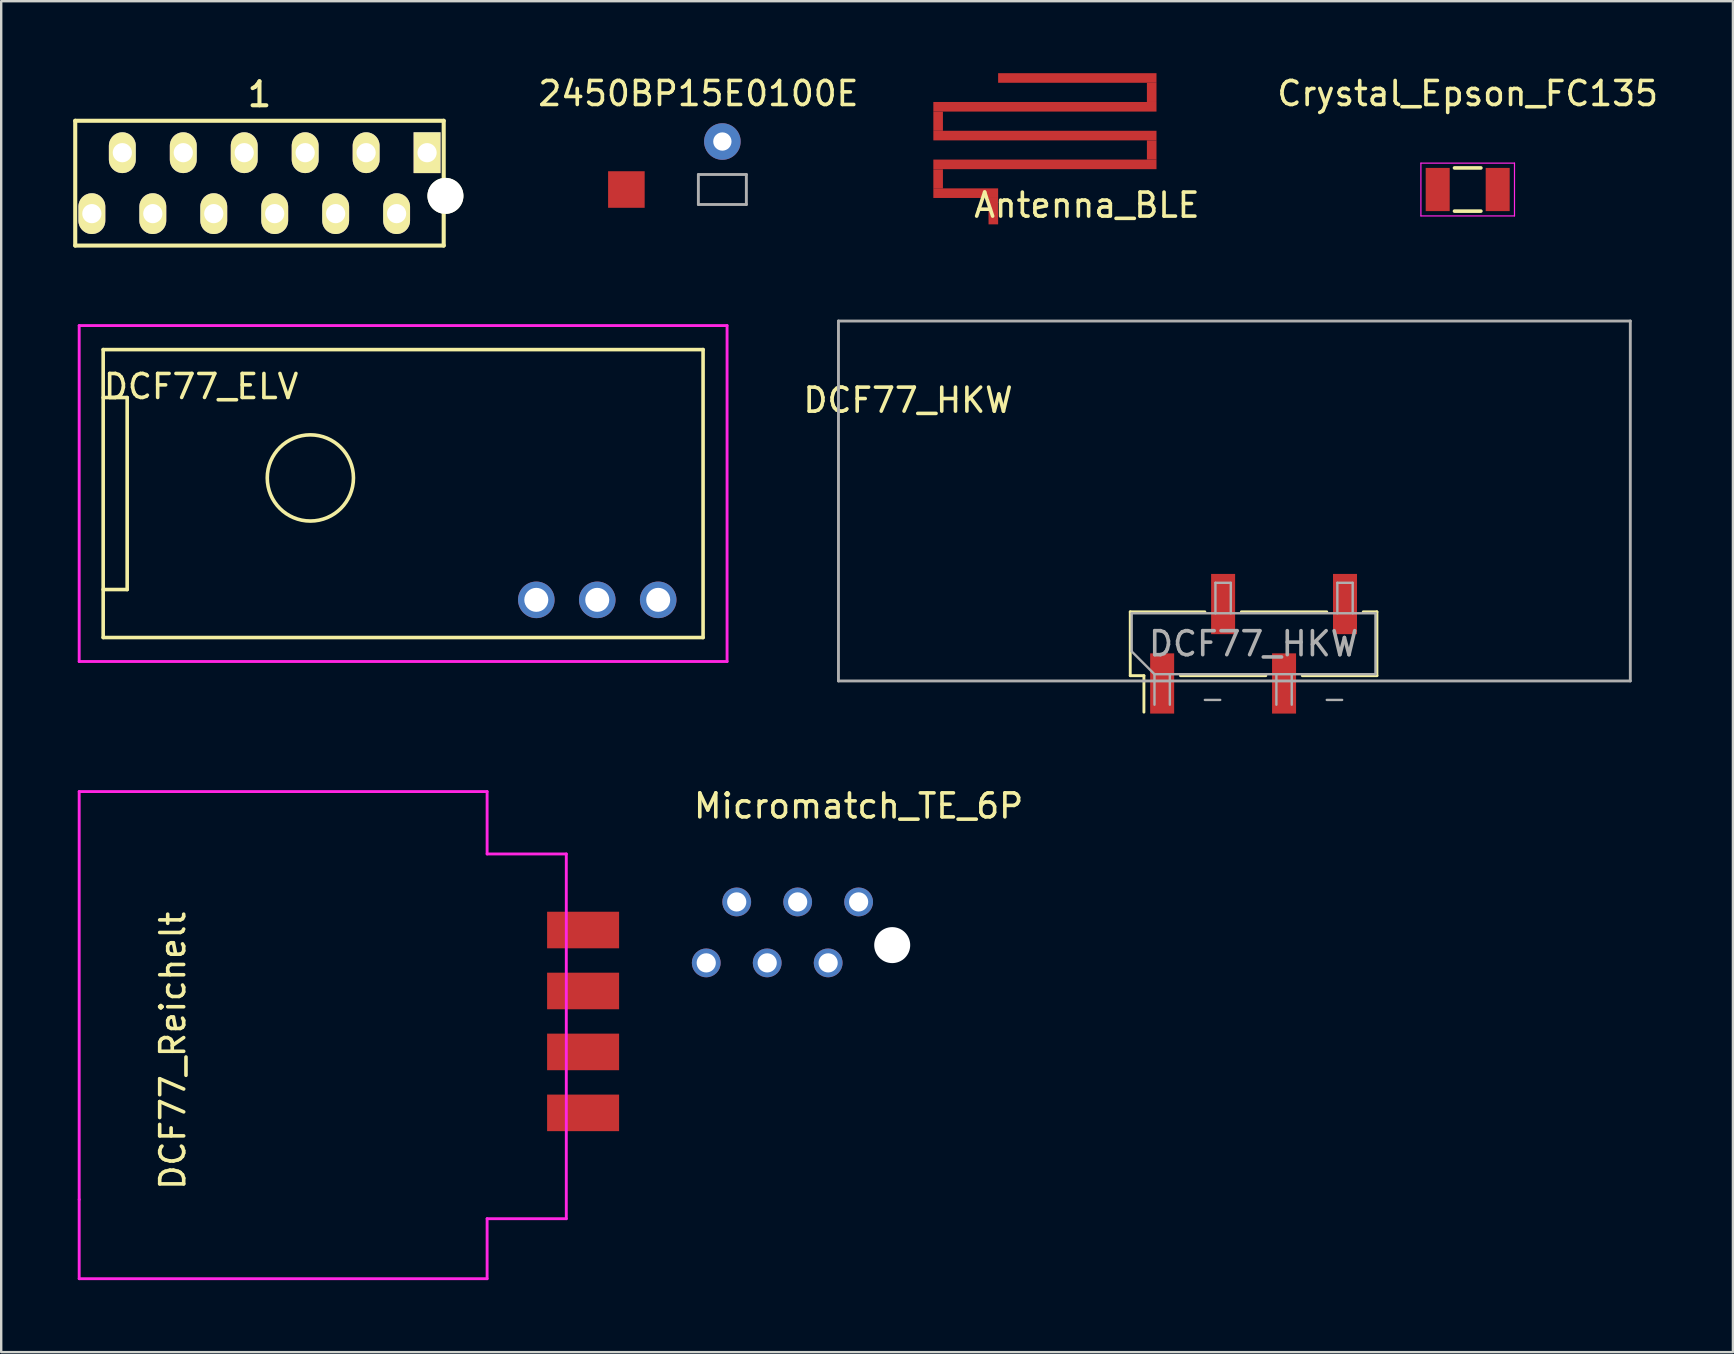
<source format=kicad_pcb>
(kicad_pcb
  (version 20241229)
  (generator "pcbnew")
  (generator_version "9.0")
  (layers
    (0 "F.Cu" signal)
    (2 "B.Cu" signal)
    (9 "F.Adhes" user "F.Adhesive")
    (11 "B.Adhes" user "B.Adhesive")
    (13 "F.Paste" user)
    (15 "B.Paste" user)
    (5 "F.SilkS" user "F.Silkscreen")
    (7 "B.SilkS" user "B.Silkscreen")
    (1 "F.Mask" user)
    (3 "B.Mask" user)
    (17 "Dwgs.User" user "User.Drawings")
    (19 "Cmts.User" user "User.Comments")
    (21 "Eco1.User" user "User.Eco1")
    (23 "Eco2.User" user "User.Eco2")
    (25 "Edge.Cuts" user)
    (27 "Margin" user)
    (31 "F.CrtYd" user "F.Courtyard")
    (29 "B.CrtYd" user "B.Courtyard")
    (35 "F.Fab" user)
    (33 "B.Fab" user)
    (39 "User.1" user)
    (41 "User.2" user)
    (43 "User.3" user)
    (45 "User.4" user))
  (footprint "DCF77_Reichelt"
    (layer "F.Cu")
    (at 0.25 29.938)
    (property "Reference" "DCF77_Reichelt" (at 3.9 10.8 90) (layer "F.SilkS") (effects (font (size 1 1) (thickness 0.15))))
    (attr through_hole)
    (fp_line (start 0 0) (end 0 17) (stroke (width 0.12) (type solid)) (layer "F.CrtYd"))
    (fp_line (start 0 17) (end 0 20.3) (stroke (width 0.12) (type solid)) (layer "F.CrtYd"))
    (fp_line (start 0 20.3) (end 17 20.3) (stroke (width 0.12) (type solid)) (layer "F.CrtYd"))
    (fp_line (start 17 0) (end 0 0) (stroke (width 0.12) (type solid)) (layer "F.CrtYd"))
    (fp_line (start 17 2.6) (end 17 0) (stroke (width 0.12) (type solid)) (layer "F.CrtYd"))
    (fp_line (start 17 17.8) (end 20.3 17.8) (stroke (width 0.12) (type solid)) (layer "F.CrtYd"))
    (fp_line (start 17 20.3) (end 17 17.8) (stroke (width 0.12) (type solid)) (layer "F.CrtYd"))
    (fp_line (start 20.3 2.6) (end 17 2.6) (stroke (width 0.12) (type solid)) (layer "F.CrtYd"))
    (fp_line (start 20.3 17.8) (end 20.3 2.6) (stroke (width 0.12) (type solid)) (layer "F.CrtYd"))
    (pad "GND" smd rect (at 21 10.85) (size 3 1.524) (layers "F.Cu" "F.Mask" "F.Paste"))
    (pad "PON" smd rect (at 21 8.31) (size 3 1.524) (layers "F.Cu" "F.Mask" "F.Paste"))
    (pad "TCO" smd rect (at 21 5.77) (size 3 1.524) (layers "F.Cu" "F.Mask" "F.Paste"))
    (pad "VCC" smd rect (at 21 13.39) (size 3 1.524) (layers "F.Cu" "F.Mask" "F.Paste")))
  (footprint "Antenna_BLE"
    (layer "F.Cu")
    (at 40.646 6.4)
    (property "Reference" "Antenna_BLE" (at 1.6 -0.9 0) (layer "F.SilkS") (effects (font (size 1 1) (thickness 0.15))))
    (attr through_hole)
    (pad "1" smd rect (at -2.3 -0.65) (size 0.4 1.1) (layers "F.Cu"))
    (pad "ANT" smd rect (at -4.6 -4.4) (size 0.4 0.8) (layers "F.Cu"))
    (pad "ANT" smd rect (at -4.6 -1.994) (size 0.4 0.8) (layers "F.Cu"))
    (pad "ANT" smd rect (at -3.45 -1.4) (size 2.7 0.4) (layers "F.Cu"))
    (pad "ANT" smd rect (at -0.15 -5) (size 9.3 0.4) (layers "F.Cu"))
    (pad "ANT" smd rect (at -0.15 -3.8) (size 9.3 0.4) (layers "F.Cu"))
    (pad "ANT" smd rect (at -0.15 -2.6) (size 9.3 0.4) (layers "F.Cu"))
    (pad "ANT" smd rect (at 1.2 -6.2) (size 6.6 0.4) (layers "F.Cu"))
    (pad "ANT" smd rect (at 4.3 -5.6) (size 0.4 0.8) (layers "F.Cu"))
    (pad "ANT" smd rect (at 4.3 -3.2) (size 0.4 0.8) (layers "F.Cu")))
  (footprint "2450BP15E0100E"
    (layer "F.Cu")
    (at 27.054 4.848)
    (property "Reference" "2450BP15E0100E" (at -1 -4 0) (layer "F.SilkS") (effects (font (size 1 1) (thickness 0.15))))
    (attr through_hole)
    (fp_line (start -1 -0.625) (end 1 -0.625) (stroke (width 0.12) (type solid)) (layer "F.Fab"))
    (fp_line (start -1 0.625) (end -1 -0.625) (stroke (width 0.12) (type solid)) (layer "F.Fab"))
    (fp_line (start 1 -0.625) (end 1 0.625) (stroke (width 0.12) (type solid)) (layer "F.Fab"))
    (fp_line (start 1 0.625) (end -1 0.625) (stroke (width 0.12) (type solid)) (layer "F.Fab"))
    (pad "1" smd rect (at -4 0) (size 1.524 1.524) (layers "F.Cu" "F.Mask" "F.Paste"))
    (pad "2" thru_hole circle (at 0 -2) (size 1.524 1.524) (drill 0.762) (layers "*.Cu" "*.Mask")))
  (footprint "Micromatch_TE_6P"
    (layer "F.Cu")
    (at 32.732 34.537)
    (property "Reference" "Micromatch_TE_6P" (at 0 -4 0) (layer "F.SilkS") (effects (font (size 1 1) (thickness 0.15))))
    (attr through_hole)
    (pad "" np_thru_hole circle (at 1.4 1.8) (size 1.5 1.5) (drill 1.5) (layers "*.Cu" "*.Mask"))
    (pad "1" thru_hole circle (at 0 0) (size 1.2 1.2) (drill 0.8) (layers "*.Cu" "*.Mask"))
    (pad "2" thru_hole circle (at -1.27 2.54) (size 1.2 1.2) (drill 0.8) (layers "*.Cu" "*.Mask"))
    (pad "3" thru_hole circle (at -2.54 0) (size 1.2 1.2) (drill 0.8) (layers "*.Cu" "*.Mask"))
    (pad "4" thru_hole circle (at -3.81 2.54) (size 1.2 1.2) (drill 0.8) (layers "*.Cu" "*.Mask"))
    (pad "5" thru_hole circle (at -5.08 0) (size 1.2 1.2) (drill 0.8) (layers "*.Cu" "*.Mask"))
    (pad "6" thru_hole circle (at -6.35 2.54) (size 1.2 1.2) (drill 0.8) (layers "*.Cu" "*.Mask")))
  (footprint "Crystal_Epson_FC135"
    (layer "F.Cu")
    (at 58.115 4.848)
    (property "Reference" "Crystal_Epson_FC135" (at 0 -4 0) (layer "F.SilkS") (effects (font (size 1 1) (thickness 0.15))))
    (attr through_hole)
    (fp_line (start -0.55 -0.9) (end 0.55 -0.9) (stroke (width 0.15) (type solid)) (layer "F.SilkS"))
    (fp_line (start -0.55 0.9) (end 0.55 0.9) (stroke (width 0.15) (type solid)) (layer "F.SilkS"))
    (fp_line (start -1.95 -1.1) (end 1.95 -1.1) (stroke (width 0.05) (type solid)) (layer "F.CrtYd"))
    (fp_line (start -1.95 1.1) (end -1.95 -1.1) (stroke (width 0.05) (type solid)) (layer "F.CrtYd"))
    (fp_line (start 1.95 -1.1) (end 1.95 1.1) (stroke (width 0.05) (type solid)) (layer "F.CrtYd"))
    (fp_line (start 1.95 1.1) (end -1.95 1.1) (stroke (width 0.05) (type solid)) (layer "F.CrtYd"))
    (pad "1" smd rect (at -1.25 0) (size 1 1.8) (layers "F.Cu" "F.Mask" "F.Paste"))
    (pad "2" smd rect (at 1.25 0) (size 1 1.8) (layers "F.Cu" "F.Mask" "F.Paste")))
  (footprint "1"
    (layer "F.Cu")
    (at 7.763 4.583)
    (property "Reference" "1" (at 0 -3.7 0) (layer "F.SilkS") (effects (font (size 1 1) (thickness 0.17))))
    (attr through_hole)
    (fp_line (start -7.678 -2.6) (end 7.678 -2.6) (stroke (width 0.17) (type solid)) (layer "F.SilkS"))
    (fp_line (start -7.678 2.6) (end -7.678 -2.6) (stroke (width 0.17) (type solid)) (layer "F.SilkS"))
    (fp_line (start -7.678 2.6) (end 7.678 2.6) (stroke (width 0.17) (type solid)) (layer "F.SilkS"))
    (fp_line (start 7.678 2.6) (end 7.678 -2.6) (stroke (width 0.17) (type solid)) (layer "F.SilkS"))
    (pad "" np_thru_hole circle (at 7.75 0.53) (size 1.5 1.5) (drill 1.5) (layers "*.Cu" "*.Mask" "F.SilkS"))
    (pad "1" thru_hole rect (at 6.985 -1.27) (size 1.12 1.7) (drill 0.8) (layers "*.Cu" "*.Mask" "F.SilkS"))
    (pad "2" thru_hole oval (at 5.715 1.27) (size 1.12 1.7) (drill 0.8) (layers "*.Cu" "*.Mask" "F.SilkS"))
    (pad "3" thru_hole oval (at 4.445 -1.27) (size 1.12 1.7) (drill 0.8) (layers "*.Cu" "*.Mask" "F.SilkS"))
    (pad "4" thru_hole oval (at 3.175 1.27) (size 1.12 1.7) (drill 0.8) (layers "*.Cu" "*.Mask" "F.SilkS"))
    (pad "5" thru_hole oval (at 1.905 -1.27) (size 1.12 1.7) (drill 0.8) (layers "*.Cu" "*.Mask" "F.SilkS"))
    (pad "6" thru_hole oval (at 0.635 1.27) (size 1.12 1.7) (drill 0.8) (layers "*.Cu" "*.Mask" "F.SilkS"))
    (pad "7" thru_hole oval (at -0.635 -1.27) (size 1.12 1.7) (drill 0.8) (layers "*.Cu" "*.Mask" "F.SilkS"))
    (pad "8" thru_hole oval (at -1.905 1.27) (size 1.12 1.7) (drill 0.8) (layers "*.Cu" "*.Mask" "F.SilkS"))
    (pad "9" thru_hole oval (at -3.175 -1.27) (size 1.12 1.7) (drill 0.8) (layers "*.Cu" "*.Mask" "F.SilkS"))
    (pad "10" thru_hole oval (at -4.445 1.27) (size 1.12 1.7) (drill 0.8) (layers "*.Cu" "*.Mask" "F.SilkS"))
    (pad "11" thru_hole oval (at -5.715 -1.27) (size 1.12 1.7) (drill 0.8) (layers "*.Cu" "*.Mask" "F.SilkS"))
    (pad "12" thru_hole oval (at -6.985 1.27) (size 1.12 1.7) (drill 0.8) (layers "*.Cu" "*.Mask" "F.SilkS")))
  (footprint "DCF77_ELV"
    (layer "F.Cu")
    (at 0.25 10.518)
    (property "Reference" "DCF77_ELV" (at 5.08 2.54 180) (layer "F.SilkS") (effects (font (size 1 1) (thickness 0.15))))
    (attr through_hole)
    (fp_line (start 1 11) (end 2 11) (stroke (width 0.15) (type solid)) (layer "F.SilkS"))
    (fp_line (start 1 13) (end 1 1) (stroke (width 0.15) (type solid)) (layer "F.SilkS"))
    (fp_line (start 2 3) (end 1 3) (stroke (width 0.15) (type solid)) (layer "F.SilkS"))
    (fp_line (start 2 11) (end 2 3) (stroke (width 0.15) (type solid)) (layer "F.SilkS"))
    (fp_line (start 26 1) (end 1 1) (stroke (width 0.15) (type solid)) (layer "F.SilkS"))
    (fp_line (start 26 1) (end 26 13) (stroke (width 0.15) (type solid)) (layer "F.SilkS"))
    (fp_line (start 26 13) (end 1 13) (stroke (width 0.15) (type solid)) (layer "F.SilkS"))
    (fp_circle (center 9.634 6.35) (end 10.904 7.62) (stroke (width 0.15) (type solid)) (fill no) (layer "F.SilkS"))
    (fp_line (start 0 0) (end 0 14) (stroke (width 0.12) (type solid)) (layer "F.CrtYd"))
    (fp_line (start 0 14) (end 27 14) (stroke (width 0.12) (type solid)) (layer "F.CrtYd"))
    (fp_line (start 27 0) (end 0 0) (stroke (width 0.12) (type solid)) (layer "F.CrtYd"))
    (fp_line (start 27 0) (end 27 14) (stroke (width 0.12) (type solid)) (layer "F.CrtYd"))
    (pad "GND" thru_hole circle (at 24.13 11.43 270) (size 1.524 1.524) (drill 1) (layers "*.Cu" "*.Mask"))
    (pad "TCO" thru_hole circle (at 21.59 11.43 270) (size 1.524 1.524) (drill 1) (layers "*.Cu" "*.Mask"))
    (pad "VCC" thru_hole circle (at 19.05 11.43 270) (size 1.524 1.524) (drill 1) (layers "*.Cu" "*.Mask")))
  (footprint "DCF77_HKW"
    (layer "F.Cu")
    (at 31.892 25.328)
    (property "Reference" "DCF77_HKW" (at 2.9 -11.7 180) (layer "F.SilkS") (effects (font (size 1 1) (thickness 0.15))))
    (attr through_hole)
    (fp_line (start 12.16 -2.88) (end 15.27 -2.88) (stroke (width 0.12) (type solid)) (layer "F.SilkS"))
    (fp_line (start 12.16 -0.22) (end 12.16 -2.88) (stroke (width 0.12) (type solid)) (layer "F.SilkS"))
    (fp_line (start 12.16 -0.22) (end 12.73 -0.22) (stroke (width 0.12) (type solid)) (layer "F.SilkS"))
    (fp_line (start 12.73 -0.22) (end 12.73 1.3) (stroke (width 0.12) (type solid)) (layer "F.SilkS"))
    (fp_line (start 14.25 -0.22) (end 17.81 -0.22) (stroke (width 0.12) (type solid)) (layer "F.SilkS"))
    (fp_line (start 16.79 -2.88) (end 20.35 -2.88) (stroke (width 0.12) (type solid)) (layer "F.SilkS"))
    (fp_line (start 19.33 -0.22) (end 22.44 -0.22) (stroke (width 0.12) (type solid)) (layer "F.SilkS"))
    (fp_line (start 21.87 -2.88) (end 22.44 -2.88) (stroke (width 0.12) (type solid)) (layer "F.SilkS"))
    (fp_line (start 22.44 -0.22) (end 22.44 -2.88) (stroke (width 0.12) (type solid)) (layer "F.SilkS"))
    (fp_line (start 0 -15) (end 0 0) (stroke (width 0.12) (type solid)) (layer "F.Fab"))
    (fp_line (start 0 0) (end 33 0) (stroke (width 0.12) (type solid)) (layer "F.Fab"))
    (fp_line (start 12.22 -2.82) (end 22.38 -2.82) (stroke (width 0.1) (type solid)) (layer "F.Fab"))
    (fp_line (start 12.22 -1.23) (end 12.22 -2.82) (stroke (width 0.1) (type solid)) (layer "F.Fab"))
    (fp_line (start 13.17 -0.28) (end 12.22 -1.23) (stroke (width 0.1) (type solid)) (layer "F.Fab"))
    (fp_line (start 13.17 -0.28) (end 13.17 0.99) (stroke (width 0.1) (type solid)) (layer "F.Fab"))
    (fp_line (start 13.81 0.99) (end 13.81 -0.28) (stroke (width 0.1) (type solid)) (layer "F.Fab"))
    (fp_line (start 15.27 0.79) (end 15.91 0.79) (stroke (width 0.1) (type solid)) (layer "F.Fab"))
    (fp_line (start 15.71 -4.09) (end 16.35 -4.09) (stroke (width 0.1) (type solid)) (layer "F.Fab"))
    (fp_line (start 15.71 -2.82) (end 15.71 -4.09) (stroke (width 0.1) (type solid)) (layer "F.Fab"))
    (fp_line (start 16.35 -4.09) (end 16.35 -2.82) (stroke (width 0.1) (type solid)) (layer "F.Fab"))
    (fp_line (start 18.25 -0.28) (end 18.25 0.99) (stroke (width 0.1) (type solid)) (layer "F.Fab"))
    (fp_line (start 18.89 0.99) (end 18.89 -0.28) (stroke (width 0.1) (type solid)) (layer "F.Fab"))
    (fp_line (start 20.35 0.79) (end 20.99 0.79) (stroke (width 0.1) (type solid)) (layer "F.Fab"))
    (fp_line (start 20.79 -4.09) (end 21.43 -4.09) (stroke (width 0.1) (type solid)) (layer "F.Fab"))
    (fp_line (start 20.79 -2.82) (end 20.79 -4.09) (stroke (width 0.1) (type solid)) (layer "F.Fab"))
    (fp_line (start 21.43 -4.09) (end 21.43 -2.82) (stroke (width 0.1) (type solid)) (layer "F.Fab"))
    (fp_line (start 22.38 -2.82) (end 22.38 -0.28) (stroke (width 0.1) (type solid)) (layer "F.Fab"))
    (fp_line (start 22.38 -0.28) (end 13.17 -0.28) (stroke (width 0.1) (type solid)) (layer "F.Fab"))
    (fp_line (start 33 -15) (end 0 -15) (stroke (width 0.12) (type solid)) (layer "F.Fab"))
    (fp_line (start 33 0) (end 33 -15) (stroke (width 0.12) (type solid)) (layer "F.Fab"))
    (fp_text user "${REFERENCE}" (at 17.3 -1.55 180) (layer "F.Fab") (effects (font (size 1 1) (thickness 0.15))))
    (pad "GND" smd rect (at 21.11 -3.205 90) (size 2.51 1) (layers "F.Cu" "F.Mask" "F.Paste"))
    (pad "PON" smd rect (at 18.57 0.105 90) (size 2.51 1) (layers "F.Cu" "F.Mask" "F.Paste"))
    (pad "TCO" smd rect (at 16.03 -3.205 90) (size 2.51 1) (layers "F.Cu" "F.Mask" "F.Paste"))
    (pad "VCC" smd rect (at 13.49 0.105 90) (size 2.51 1) (layers "F.Cu" "F.Mask" "F.Paste")))
  (gr_rect
    (start -3 -3)
    (end 69.168 53.298)
    (stroke (width 0.1) (type default))
    (fill no)
    (layer "Edge.Cuts")))
</source>
